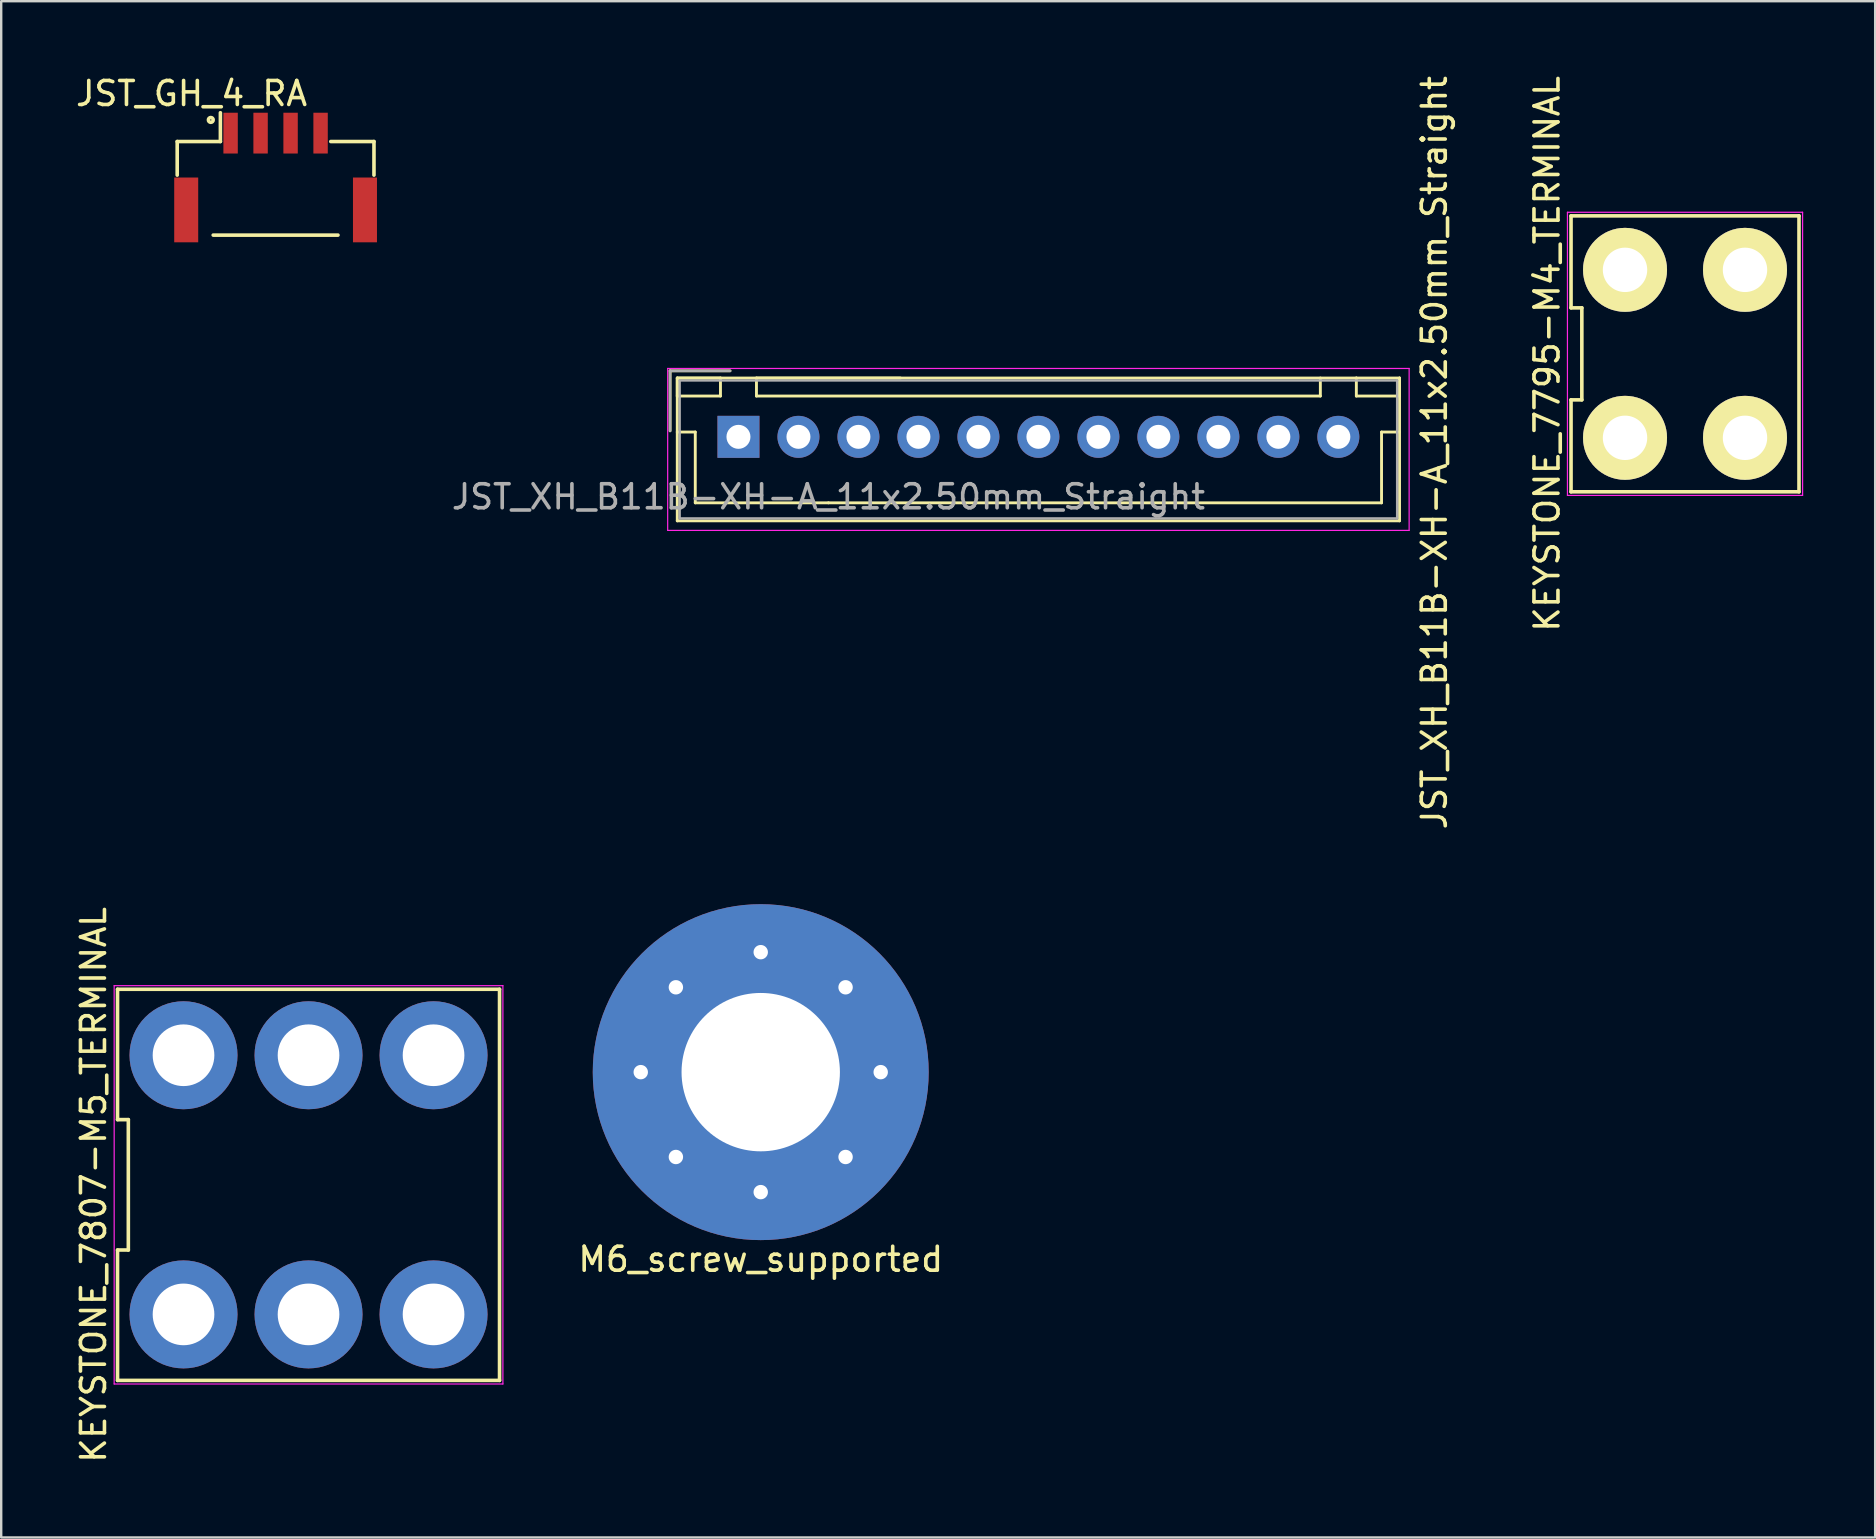
<source format=kicad_pcb>
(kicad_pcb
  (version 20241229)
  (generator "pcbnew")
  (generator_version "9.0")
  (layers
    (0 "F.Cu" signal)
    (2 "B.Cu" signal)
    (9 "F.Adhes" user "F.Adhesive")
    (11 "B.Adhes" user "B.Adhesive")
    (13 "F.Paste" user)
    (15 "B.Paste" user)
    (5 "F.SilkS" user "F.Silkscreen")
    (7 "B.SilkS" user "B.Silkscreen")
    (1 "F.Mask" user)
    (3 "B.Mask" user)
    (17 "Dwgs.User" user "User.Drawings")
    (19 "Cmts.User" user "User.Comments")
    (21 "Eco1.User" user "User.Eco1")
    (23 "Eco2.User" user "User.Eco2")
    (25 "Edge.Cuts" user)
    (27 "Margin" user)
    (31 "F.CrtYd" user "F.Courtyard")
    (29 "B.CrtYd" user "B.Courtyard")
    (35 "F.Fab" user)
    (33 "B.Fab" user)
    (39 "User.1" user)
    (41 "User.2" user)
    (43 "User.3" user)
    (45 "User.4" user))
  (footprint "JST_XH_B11B-XH-A_11x2.50mm_Straight"
    (layer "F.Cu")
    (at 27.725 15.155)
    (property "Reference" "JST_XH_B11B-XH-A_11x2.50mm_Straight" (at 29 0.66 90) (layer "F.SilkS") (effects (font (size 1 1) (thickness 0.15))))
    (attr through_hole)
    (fp_line (start -2.85 -2.75) (end -2.85 -0.25) (stroke (width 0.12) (type solid)) (layer "F.SilkS"))
    (fp_line (start -2.55 -2.45) (end -2.55 -1.7) (stroke (width 0.12) (type solid)) (layer "F.SilkS"))
    (fp_line (start -2.55 -2.45) (end -2.55 3.5) (stroke (width 0.12) (type solid)) (layer "F.SilkS"))
    (fp_line (start -2.55 -1.7) (end -0.75 -1.7) (stroke (width 0.12) (type solid)) (layer "F.SilkS"))
    (fp_line (start -2.55 -0.2) (end -1.8 -0.2) (stroke (width 0.12) (type solid)) (layer "F.SilkS"))
    (fp_line (start -2.55 3.5) (end 27.55 3.5) (stroke (width 0.12) (type solid)) (layer "F.SilkS"))
    (fp_line (start -1.8 -0.2) (end -1.8 2.75) (stroke (width 0.12) (type solid)) (layer "F.SilkS"))
    (fp_line (start -1.8 2.75) (end 3.75 2.75) (stroke (width 0.12) (type solid)) (layer "F.SilkS"))
    (fp_line (start -0.75 -2.45) (end -2.55 -2.45) (stroke (width 0.12) (type solid)) (layer "F.SilkS"))
    (fp_line (start -0.75 -1.7) (end -0.75 -2.45) (stroke (width 0.12) (type solid)) (layer "F.SilkS"))
    (fp_line (start -0.35 -2.75) (end -2.85 -2.75) (stroke (width 0.12) (type solid)) (layer "F.SilkS"))
    (fp_line (start 0.75 -2.45) (end 0.75 -1.7) (stroke (width 0.12) (type solid)) (layer "F.SilkS"))
    (fp_line (start 0.75 -1.7) (end 24.25 -1.7) (stroke (width 0.12) (type solid)) (layer "F.SilkS"))
    (fp_line (start 6.75 -2.45) (end 0.75 -2.45) (stroke (width 0.12) (type solid)) (layer "F.SilkS"))
    (fp_line (start 24.25 -1.7) (end 24.25 -2.45) (stroke (width 0.12) (type solid)) (layer "F.SilkS"))
    (fp_line (start 25.75 -2.45) (end -2.55 -2.45) (stroke (width 0.12) (type solid)) (layer "F.SilkS"))
    (fp_line (start 25.75 -2.45) (end 25.75 -1.7) (stroke (width 0.12) (type solid)) (layer "F.SilkS"))
    (fp_line (start 25.75 -1.7) (end 27.55 -1.7) (stroke (width 0.12) (type solid)) (layer "F.SilkS"))
    (fp_line (start 26.8 -0.2) (end 26.8 2.75) (stroke (width 0.12) (type solid)) (layer "F.SilkS"))
    (fp_line (start 26.8 2.75) (end 3.75 2.75) (stroke (width 0.12) (type solid)) (layer "F.SilkS"))
    (fp_line (start 27.55 -2.45) (end 25.75 -2.45) (stroke (width 0.12) (type solid)) (layer "F.SilkS"))
    (fp_line (start 27.55 -1.7) (end 27.55 -2.45) (stroke (width 0.12) (type solid)) (layer "F.SilkS"))
    (fp_line (start 27.55 -0.2) (end 26.8 -0.2) (stroke (width 0.12) (type solid)) (layer "F.SilkS"))
    (fp_line (start 27.55 3.5) (end 27.55 -2.45) (stroke (width 0.12) (type solid)) (layer "F.SilkS"))
    (fp_line (start -2.95 -2.85) (end -2.95 3.9) (stroke (width 0.05) (type solid)) (layer "F.CrtYd"))
    (fp_line (start -2.95 3.9) (end 27.95 3.9) (stroke (width 0.05) (type solid)) (layer "F.CrtYd"))
    (fp_line (start 27.95 -2.85) (end -2.95 -2.85) (stroke (width 0.05) (type solid)) (layer "F.CrtYd"))
    (fp_line (start 27.95 3.9) (end 27.95 -2.85) (stroke (width 0.05) (type solid)) (layer "F.CrtYd"))
    (fp_line (start -2.85 -2.75) (end -2.85 -0.25) (stroke (width 0.1) (type solid)) (layer "F.Fab"))
    (fp_line (start -2.45 -2.35) (end -2.45 3.4) (stroke (width 0.1) (type solid)) (layer "F.Fab"))
    (fp_line (start -2.45 3.4) (end 27.45 3.4) (stroke (width 0.1) (type solid)) (layer "F.Fab"))
    (fp_line (start -0.35 -2.75) (end -2.85 -2.75) (stroke (width 0.1) (type solid)) (layer "F.Fab"))
    (fp_line (start 27.45 -2.35) (end -2.45 -2.35) (stroke (width 0.1) (type solid)) (layer "F.Fab"))
    (fp_line (start 27.45 3.4) (end 27.45 -2.35) (stroke (width 0.1) (type solid)) (layer "F.Fab"))
    (fp_text user "${REFERENCE}" (at 3.75 2.5 180) (layer "F.Fab") (effects (font (size 1 1) (thickness 0.15))))
    (pad "1" thru_hole rect (at 0 0) (size 1.75 1.75) (drill 1) (layers "*.Cu" "*.Mask"))
    (pad "2" thru_hole circle (at 2.5 0) (size 1.75 1.75) (drill 1) (layers "*.Cu" "*.Mask"))
    (pad "3" thru_hole circle (at 5 0) (size 1.75 1.75) (drill 1) (layers "*.Cu" "*.Mask"))
    (pad "4" thru_hole circle (at 7.5 0) (size 1.75 1.75) (drill 1) (layers "*.Cu" "*.Mask"))
    (pad "5" thru_hole circle (at 10 0) (size 1.75 1.75) (drill 1) (layers "*.Cu" "*.Mask"))
    (pad "6" thru_hole circle (at 12.5 0) (size 1.75 1.75) (drill 1) (layers "*.Cu" "*.Mask"))
    (pad "7" thru_hole circle (at 15 0) (size 1.75 1.75) (drill 1) (layers "*.Cu" "*.Mask"))
    (pad "8" thru_hole circle (at 17.5 0) (size 1.75 1.75) (drill 1) (layers "*.Cu" "*.Mask"))
    (pad "9" thru_hole circle (at 20 0) (size 1.75 1.75) (drill 1) (layers "*.Cu" "*.Mask"))
    (pad "10" thru_hole circle (at 22.5 0) (size 1.75 1.75) (drill 1) (layers "*.Cu" "*.Mask"))
    (pad "11" thru_hole circle (at 25 0) (size 1.75 1.75) (drill 1) (layers "*.Cu" "*.Mask")))
  (footprint "M6_screw_supported"
    (layer "F.Cu")
    (at 28.653 41.631)
    (property "Reference" "M6_screw_supported" (at 0 7.8 0) (layer "F.SilkS") (effects (font (size 1 1) (thickness 0.15))))
    (attr through_hole)
    (pad "1" thru_hole circle (at -5 0 90) (size 1 1) (drill 0.6) (layers "*.Cu" "*.Mask"))
    (pad "1" thru_hole circle (at -3.536 -3.536 45) (size 1 1) (drill 0.6) (layers "*.Cu" "*.Mask"))
    (pad "1" thru_hole circle (at -3.536 3.536 135) (size 1 1) (drill 0.6) (layers "*.Cu" "*.Mask"))
    (pad "1" thru_hole circle (at 0 -5) (size 1 1) (drill 0.6) (layers "*.Cu" "*.Mask"))
    (pad "1" thru_hole circle (at 0 0) (size 14 14) (drill 6.6) (layers "*.Cu" "*.Mask"))
    (pad "1" thru_hole circle (at 0 5 180) (size 1 1) (drill 0.6) (layers "*.Cu" "*.Mask"))
    (pad "1" thru_hole circle (at 3.536 -3.536 315) (size 1 1) (drill 0.6) (layers "*.Cu" "*.Mask"))
    (pad "1" thru_hole circle (at 3.536 3.536 225) (size 1 1) (drill 0.6) (layers "*.Cu" "*.Mask"))
    (pad "1" thru_hole circle (at 5 0 270) (size 1 1) (drill 0.6) (layers "*.Cu" "*.Mask")))
  (footprint "KEYSTONE_7795-M4_TERMINAL"
    (layer "F.Cu")
    (at 67.172 11.696)
    (property "Reference" "KEYSTONE_7795-M4_TERMINAL" (at -5.75 0 90) (layer "F.SilkS") (effects (font (size 1 1) (thickness 0.15))))
    (attr through_hole)
    (fp_line (start -4.75 -5.75) (end -4.75 -1.917) (stroke (width 0.15) (type solid)) (layer "F.SilkS"))
    (fp_line (start -4.75 -1.917) (end -4.3 -1.917) (stroke (width 0.15) (type solid)) (layer "F.SilkS"))
    (fp_line (start -4.75 1.917) (end -4.75 5.75) (stroke (width 0.15) (type solid)) (layer "F.SilkS"))
    (fp_line (start -4.75 5.75) (end 4.75 5.75) (stroke (width 0.15) (type solid)) (layer "F.SilkS"))
    (fp_line (start -4.3 -1.917) (end -4.3 1.917) (stroke (width 0.15) (type solid)) (layer "F.SilkS"))
    (fp_line (start -4.3 1.917) (end -4.75 1.917) (stroke (width 0.15) (type solid)) (layer "F.SilkS"))
    (fp_line (start 4.75 -5.75) (end -4.75 -5.75) (stroke (width 0.15) (type solid)) (layer "F.SilkS"))
    (fp_line (start 4.75 5.75) (end 4.75 -5.75) (stroke (width 0.15) (type solid)) (layer "F.SilkS"))
    (fp_line (start -4.9 -5.9) (end 4.9 -5.9) (stroke (width 0.05) (type solid)) (layer "F.CrtYd"))
    (fp_line (start -4.9 5.9) (end -4.9 -5.9) (stroke (width 0.05) (type solid)) (layer "F.CrtYd"))
    (fp_line (start 4.9 -5.9) (end 4.9 5.9) (stroke (width 0.05) (type solid)) (layer "F.CrtYd"))
    (fp_line (start 4.9 5.9) (end -4.9 5.9) (stroke (width 0.05) (type solid)) (layer "F.CrtYd"))
    (pad "1" thru_hole circle (at -2.5 3.5) (size 3.5 3.5) (drill 1.85) (layers "*.Cu" "*.Mask" "F.SilkS"))
    (pad "2" thru_hole circle (at 2.5 3.5) (size 3.5 3.5) (drill 1.85) (layers "*.Cu" "*.Mask" "F.SilkS"))
    (pad "3" thru_hole circle (at 2.5 -3.5) (size 3.5 3.5) (drill 1.85) (layers "*.Cu" "*.Mask" "F.SilkS"))
    (pad "4" thru_hole circle (at -2.5 -3.5) (size 3.5 3.5) (drill 1.85) (layers "*.Cu" "*.Mask" "F.SilkS")))
  (footprint "KEYSTONE_7807-M5_TERMINAL"
    (layer "F.Cu")
    (at 9.808 46.327)
    (property "Reference" "KEYSTONE_7807-M5_TERMINAL" (at -8.96 0 270) (layer "F.SilkS") (effects (font (size 1 1) (thickness 0.15))))
    (attr through_hole)
    (fp_line (start -5.2 -5.4) (end 5.2 -5.4) (stroke (width 4.5) (type solid)) (layer "F.Mask"))
    (fp_line (start -5.2 5.4) (end 5.2 5.4) (stroke (width 4.5) (type solid)) (layer "F.Mask"))
    (fp_line (start -5.2 -5.4) (end 5.2 -5.4) (stroke (width 4.5) (type solid)) (layer "B.Mask"))
    (fp_line (start -5.2 5.4) (end 5.2 5.4) (stroke (width 4.5) (type solid)) (layer "B.Mask"))
    (fp_line (start -7.96 -2.717) (end -7.51 -2.717) (stroke (width 0.15) (type solid)) (layer "F.SilkS"))
    (fp_line (start -7.96 2.717) (end -7.96 8.15) (stroke (width 0.15) (type solid)) (layer "F.SilkS"))
    (fp_line (start -7.96 8.15) (end 7.96 8.15) (stroke (width 0.15) (type solid)) (layer "F.SilkS"))
    (fp_line (start -7.96 -8.15) (end -7.96 -2.717) (stroke (width 0.15) (type solid)) (layer "F.SilkS"))
    (fp_line (start -7.51 -2.717) (end -7.51 2.717) (stroke (width 0.15) (type solid)) (layer "F.SilkS"))
    (fp_line (start -7.51 2.717) (end -7.96 2.717) (stroke (width 0.15) (type solid)) (layer "F.SilkS"))
    (fp_line (start 7.96 8.15) (end 7.96 -8.15) (stroke (width 0.15) (type solid)) (layer "F.SilkS"))
    (fp_line (start 7.96 -8.15) (end -7.96 -8.15) (stroke (width 0.15) (type solid)) (layer "F.SilkS"))
    (fp_line (start -8.1 -8.3) (end 8.1 -8.3) (stroke (width 0.05) (type solid)) (layer "F.CrtYd"))
    (fp_line (start -8.1 8.3) (end -8.1 -8.3) (stroke (width 0.05) (type solid)) (layer "F.CrtYd"))
    (fp_line (start 8.1 -8.3) (end 8.1 8.3) (stroke (width 0.05) (type solid)) (layer "F.CrtYd"))
    (fp_line (start 8.1 8.3) (end -8.1 8.3) (stroke (width 0.05) (type solid)) (layer "F.CrtYd"))
    (pad "1" thru_hole circle (at -5.21 -5.4) (size 4.5 4.5) (drill 2.57) (layers "*.Cu" "*.Mask"))
    (pad "1" thru_hole circle (at -5.21 5.4) (size 4.5 4.5) (drill 2.57) (layers "*.Cu" "*.Mask"))
    (pad "1" thru_hole circle (at 0 -5.4) (size 4.5 4.5) (drill 2.57) (layers "*.Cu" "*.Mask"))
    (pad "1" thru_hole circle (at 0 5.4) (size 4.5 4.5) (drill 2.57) (layers "*.Cu" "*.Mask"))
    (pad "1" thru_hole circle (at 5.21 -5.4) (size 4.5 4.5) (drill 2.57) (layers "*.Cu" "*.Mask"))
    (pad "1" thru_hole circle (at 5.21 5.4) (size 4.5 4.5) (drill 2.57) (layers "*.Cu" "*.Mask")))
  (footprint "JST_GH_4_RA"
    (layer "F.Cu")
    (at 8.435 7.048)
    (property "Reference" "JST_GH_4_RA" (at -3.5 -6.2 180) (layer "F.SilkS") (effects (font (size 1 1) (thickness 0.15))))
    (attr through_hole)
    (fp_line (start -4.1 -4.2) (end -2.3 -4.2) (stroke (width 0.15) (type solid)) (layer "F.SilkS"))
    (fp_line (start -4.1 -2.8) (end -4.1 -4.2) (stroke (width 0.15) (type solid)) (layer "F.SilkS"))
    (fp_line (start -2.3 -4.2) (end -2.3 -5.4) (stroke (width 0.15) (type solid)) (layer "F.SilkS"))
    (fp_line (start 2.3 -4.2) (end 4.1 -4.2) (stroke (width 0.15) (type solid)) (layer "F.SilkS"))
    (fp_line (start 2.6 -0.3) (end -2.6 -0.3) (stroke (width 0.15) (type solid)) (layer "F.SilkS"))
    (fp_line (start 4.1 -4.2) (end 4.1 -2.8) (stroke (width 0.15) (type solid)) (layer "F.SilkS"))
    (fp_circle (center -2.7 -5.1) (end -2.6 -5.1) (stroke (width 0.15) (type solid)) (fill no) (layer "F.SilkS"))
    (pad "" smd rect (at -3.725 -1.35) (size 1 2.7) (layers "F.Cu" "F.Mask" "F.Paste"))
    (pad "" smd rect (at 3.725 -1.35) (size 1 2.7) (layers "F.Cu" "F.Mask" "F.Paste"))
    (pad "1" smd rect (at -1.875 -4.55) (size 0.6 1.7) (layers "F.Cu" "F.Mask" "F.Paste"))
    (pad "2" smd rect (at -0.625 -4.55) (size 0.6 1.7) (layers "F.Cu" "F.Mask" "F.Paste"))
    (pad "3" smd rect (at 0.625 -4.55) (size 0.6 1.7) (layers "F.Cu" "F.Mask" "F.Paste"))
    (pad "4" smd rect (at 1.875 -4.55) (size 0.6 1.7) (layers "F.Cu" "F.Mask" "F.Paste")))
  (gr_rect
    (start -3 -3)
    (end 75.097 61.024)
    (stroke (width 0.1) (type default))
    (fill no)
    (layer "Edge.Cuts")))
</source>
